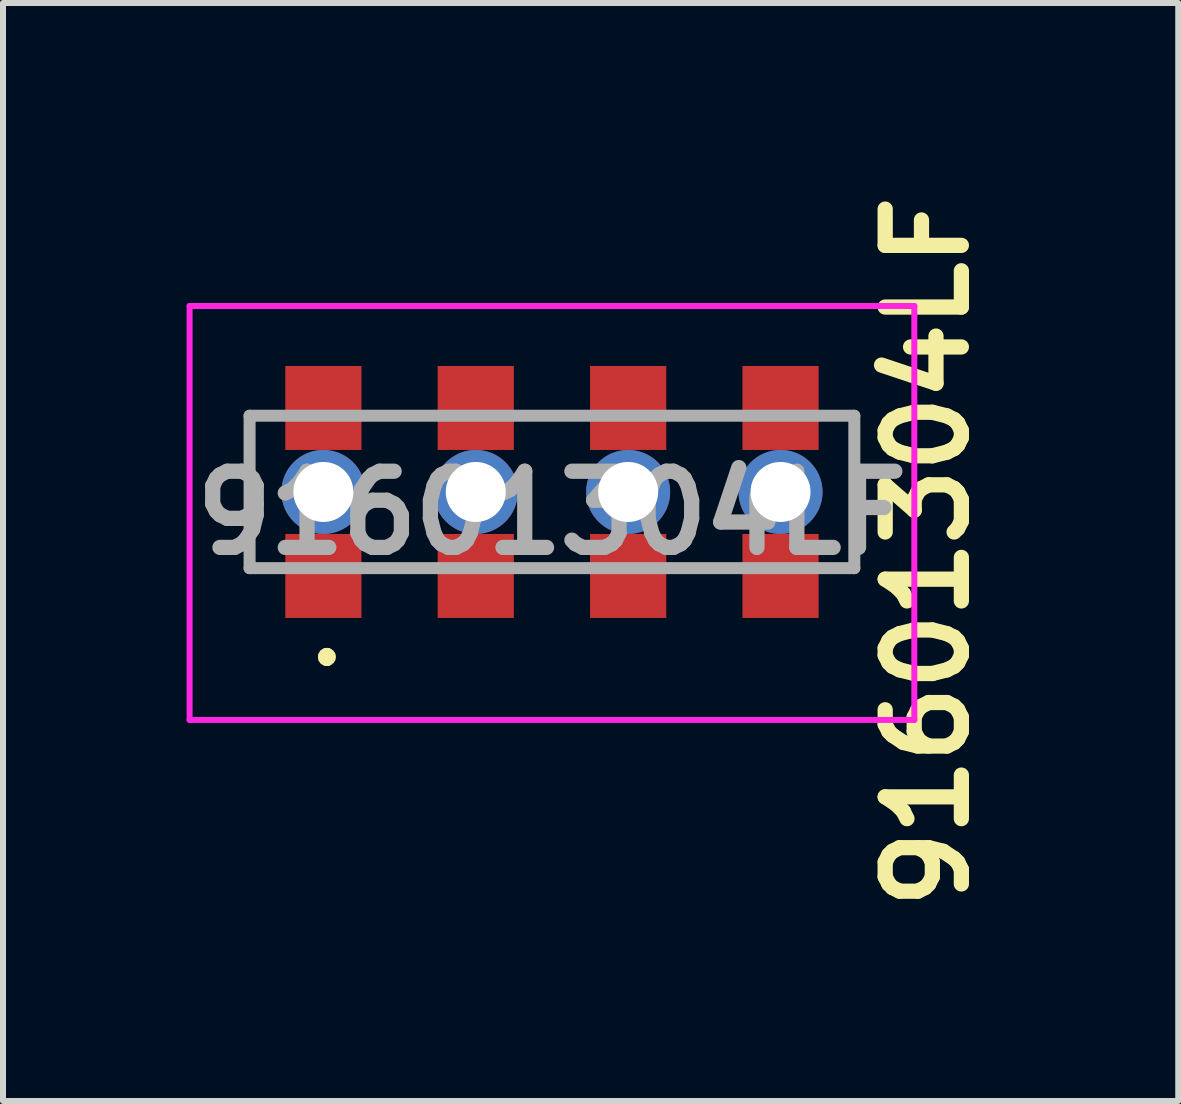
<source format=kicad_pcb>
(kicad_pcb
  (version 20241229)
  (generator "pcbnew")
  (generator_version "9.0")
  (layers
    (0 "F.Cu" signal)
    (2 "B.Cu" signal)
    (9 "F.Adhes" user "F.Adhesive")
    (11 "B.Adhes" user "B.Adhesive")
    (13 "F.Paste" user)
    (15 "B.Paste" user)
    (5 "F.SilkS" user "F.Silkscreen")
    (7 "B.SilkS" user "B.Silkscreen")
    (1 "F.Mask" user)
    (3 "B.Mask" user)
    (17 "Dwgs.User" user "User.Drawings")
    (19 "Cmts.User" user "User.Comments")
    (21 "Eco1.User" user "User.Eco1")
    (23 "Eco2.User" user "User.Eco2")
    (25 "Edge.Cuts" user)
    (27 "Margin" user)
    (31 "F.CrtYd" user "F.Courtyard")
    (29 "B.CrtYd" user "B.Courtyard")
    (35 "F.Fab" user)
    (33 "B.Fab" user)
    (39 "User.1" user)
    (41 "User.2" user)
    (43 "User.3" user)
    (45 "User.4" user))
  (footprint "91601304LF"
    (layer "F.Cu")
    (at 6.15 5.15)
    (property "Reference" "91601304LF" (at 6.25 1 270) (layer "F.SilkS") (effects (font (size 1.27 1.27) (thickness 0.254))))
    (attr through_hole)
    (fp_line (start -5 -1.25) (end -5 -1.25) (stroke (width 0.1) (type solid)) (layer "F.SilkS"))
    (fp_line (start -5 -1.25) (end -5 1.25) (stroke (width 0.1) (type solid)) (layer "F.SilkS"))
    (fp_line (start -5 1.25) (end -5 -1.25) (stroke (width 0.1) (type solid)) (layer "F.SilkS"))
    (fp_line (start -5 1.25) (end -5 1.25) (stroke (width 0.1) (type solid)) (layer "F.SilkS"))
    (fp_line (start -3.75 2.7) (end -3.75 2.7) (stroke (width 0.2) (type solid)) (layer "F.SilkS"))
    (fp_line (start -3.75 2.7) (end -3.75 2.7) (stroke (width 0.2) (type solid)) (layer "F.SilkS"))
    (fp_line (start -3.75 2.8) (end -3.75 2.8) (stroke (width 0.2) (type solid)) (layer "F.SilkS"))
    (fp_line (start 5.04 -1.25) (end 5.04 -1.25) (stroke (width 0.1) (type solid)) (layer "F.SilkS"))
    (fp_line (start 5.04 -1.25) (end 5.04 1.27) (stroke (width 0.1) (type solid)) (layer "F.SilkS"))
    (fp_line (start 5.04 1.27) (end 5.04 -1.25) (stroke (width 0.1) (type solid)) (layer "F.SilkS"))
    (fp_line (start 5.04 1.27) (end 5.04 1.27) (stroke (width 0.1) (type solid)) (layer "F.SilkS"))
    (fp_arc (start -3.75 2.7) (mid -3.7 2.75) (end -3.75 2.8) (stroke (width 0.2) (type solid)) (layer "F.SilkS"))
    (fp_arc (start -3.75 2.8) (mid -3.8 2.75) (end -3.75 2.7) (stroke (width 0.2) (type solid)) (layer "F.SilkS"))
    (fp_arc (start -3.75 2.8) (mid -3.8 2.75) (end -3.75 2.7) (stroke (width 0.2) (type solid)) (layer "F.SilkS"))
    (fp_line (start -6.04 -3.1) (end 6.04 -3.1) (stroke (width 0.1) (type solid)) (layer "F.CrtYd"))
    (fp_line (start -6.04 3.8) (end -6.04 -3.1) (stroke (width 0.1) (type solid)) (layer "F.CrtYd"))
    (fp_line (start 6.04 -3.1) (end 6.04 3.8) (stroke (width 0.1) (type solid)) (layer "F.CrtYd"))
    (fp_line (start 6.04 3.8) (end -6.04 3.8) (stroke (width 0.1) (type solid)) (layer "F.CrtYd"))
    (fp_line (start -5.04 -1.27) (end -5.04 1.27) (stroke (width 0.2) (type solid)) (layer "F.Fab"))
    (fp_line (start -5.04 1.27) (end 5.04 1.27) (stroke (width 0.2) (type solid)) (layer "F.Fab"))
    (fp_line (start 5.04 -1.27) (end -5.04 -1.27) (stroke (width 0.2) (type solid)) (layer "F.Fab"))
    (fp_line (start 5.04 1.27) (end 5.04 -1.27) (stroke (width 0.2) (type solid)) (layer "F.Fab"))
    (fp_text user "${REFERENCE}" (at 0 0.35 180) (layer "F.Fab") (effects (font (size 1.27 1.27) (thickness 0.254))))
    (pad "1" smd rect (at -3.81 -1.4) (size 1.27 1.4) (layers "F.Cu" "F.Mask" "F.Paste"))
    (pad "1" thru_hole circle (at -3.81 0) (size 1.4 1.4) (drill 1) (layers "*.Cu" "*.Mask"))
    (pad "1" smd rect (at -3.81 1.4) (size 1.27 1.4) (layers "F.Cu" "F.Mask" "F.Paste"))
    (pad "3" smd rect (at -1.27 -1.4) (size 1.27 1.4) (layers "F.Cu" "F.Mask" "F.Paste"))
    (pad "3" thru_hole circle (at -1.27 0) (size 1.4 1.4) (drill 1) (layers "*.Cu" "*.Mask"))
    (pad "3" smd rect (at -1.27 1.4) (size 1.27 1.4) (layers "F.Cu" "F.Mask" "F.Paste"))
    (pad "5" smd rect (at 1.27 -1.4) (size 1.27 1.4) (layers "F.Cu" "F.Mask" "F.Paste"))
    (pad "5" thru_hole circle (at 1.27 0) (size 1.4 1.4) (drill 1) (layers "*.Cu" "*.Mask"))
    (pad "5" smd rect (at 1.27 1.4) (size 1.27 1.4) (layers "F.Cu" "F.Mask" "F.Paste"))
    (pad "7" smd rect (at 3.81 -1.4) (size 1.27 1.4) (layers "F.Cu" "F.Mask" "F.Paste"))
    (pad "7" thru_hole circle (at 3.81 0) (size 1.4 1.4) (drill 1) (layers "*.Cu" "*.Mask"))
    (pad "7" smd rect (at 3.81 1.4) (size 1.27 1.4) (layers "F.Cu" "F.Mask" "F.Paste")))
  (gr_rect
    (start -3 -3)
    (end 16.589 15.301)
    (stroke (width 0.1) (type default))
    (fill no)
    (layer "Edge.Cuts")))
</source>
